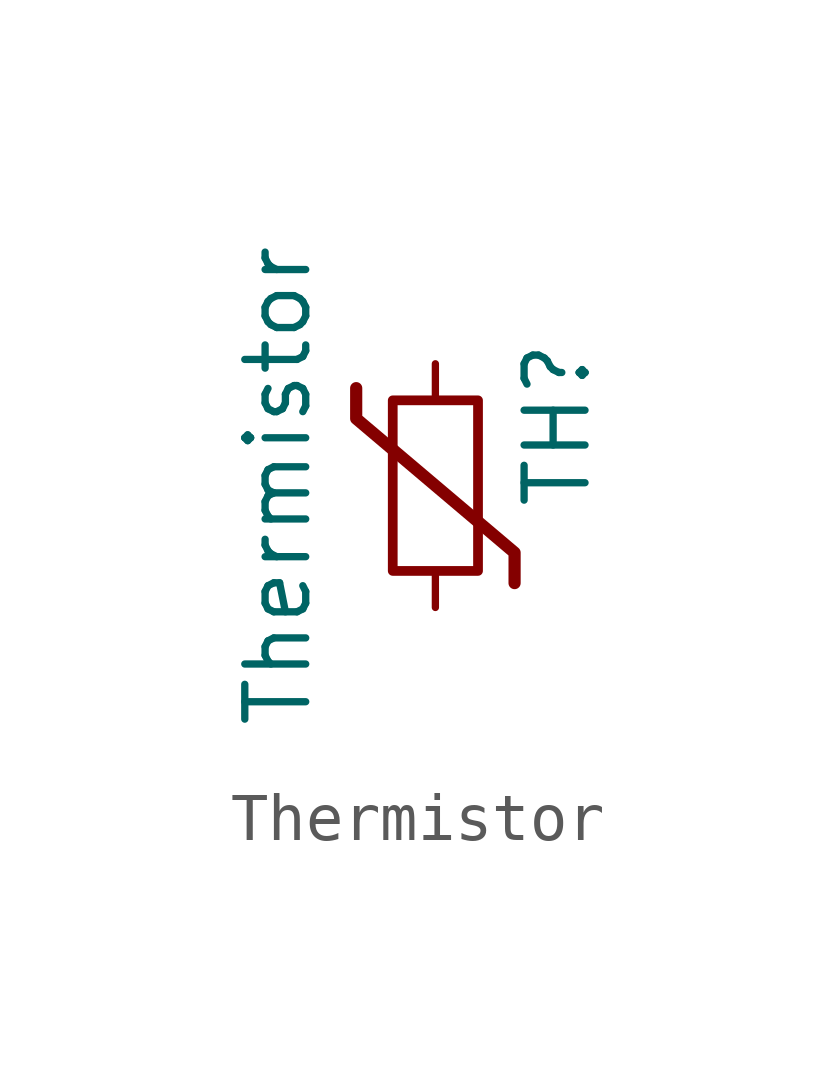
<source format=kicad_sym>
(kicad_symbol_lib
  (version 20241209)
  (generator "kicad_symbol_editor")
  (generator_version "9.0")
  (symbol "Thermistor"
    (pin_numbers
      (hide yes))
    (pin_names
      (offset 0))
    (property "Reference" "TH"
      (at 2.54 1.27 90)
      (effects (font (size 1.27 1.27))))
    (property "Value" "Thermistor"
      (at -2.54 0 90)
      (effects (font (size 1.27 1.27)) (justify bottom)))
    (symbol "Thermistor_0_1"
      (polyline (pts (xy -1.651 2.032) (xy -1.651 1.397) (xy 1.651 -1.397) (xy 1.651 -2.032)) (stroke (width 0.254) (type solid)) (fill (type none)))
      (rectangle (start -0.889 1.778) (end 0.889 -1.778) (stroke (width 0.203) (type solid)) (fill (type none))))
    (symbol "Thermistor_1_1"
      (pin passive line (at 0 2.54 270) (length 0.762) (name "~" (effects (font (size 1.27 1.27)))) (number "1" (effects (font (size 1.27 1.27)))))
      (pin passive line (at 0 -2.54 90) (length 0.762) (name "~" (effects (font (size 1.27 1.27)))) (number "2" (effects (font (size 1.27 1.27))))))))
</source>
